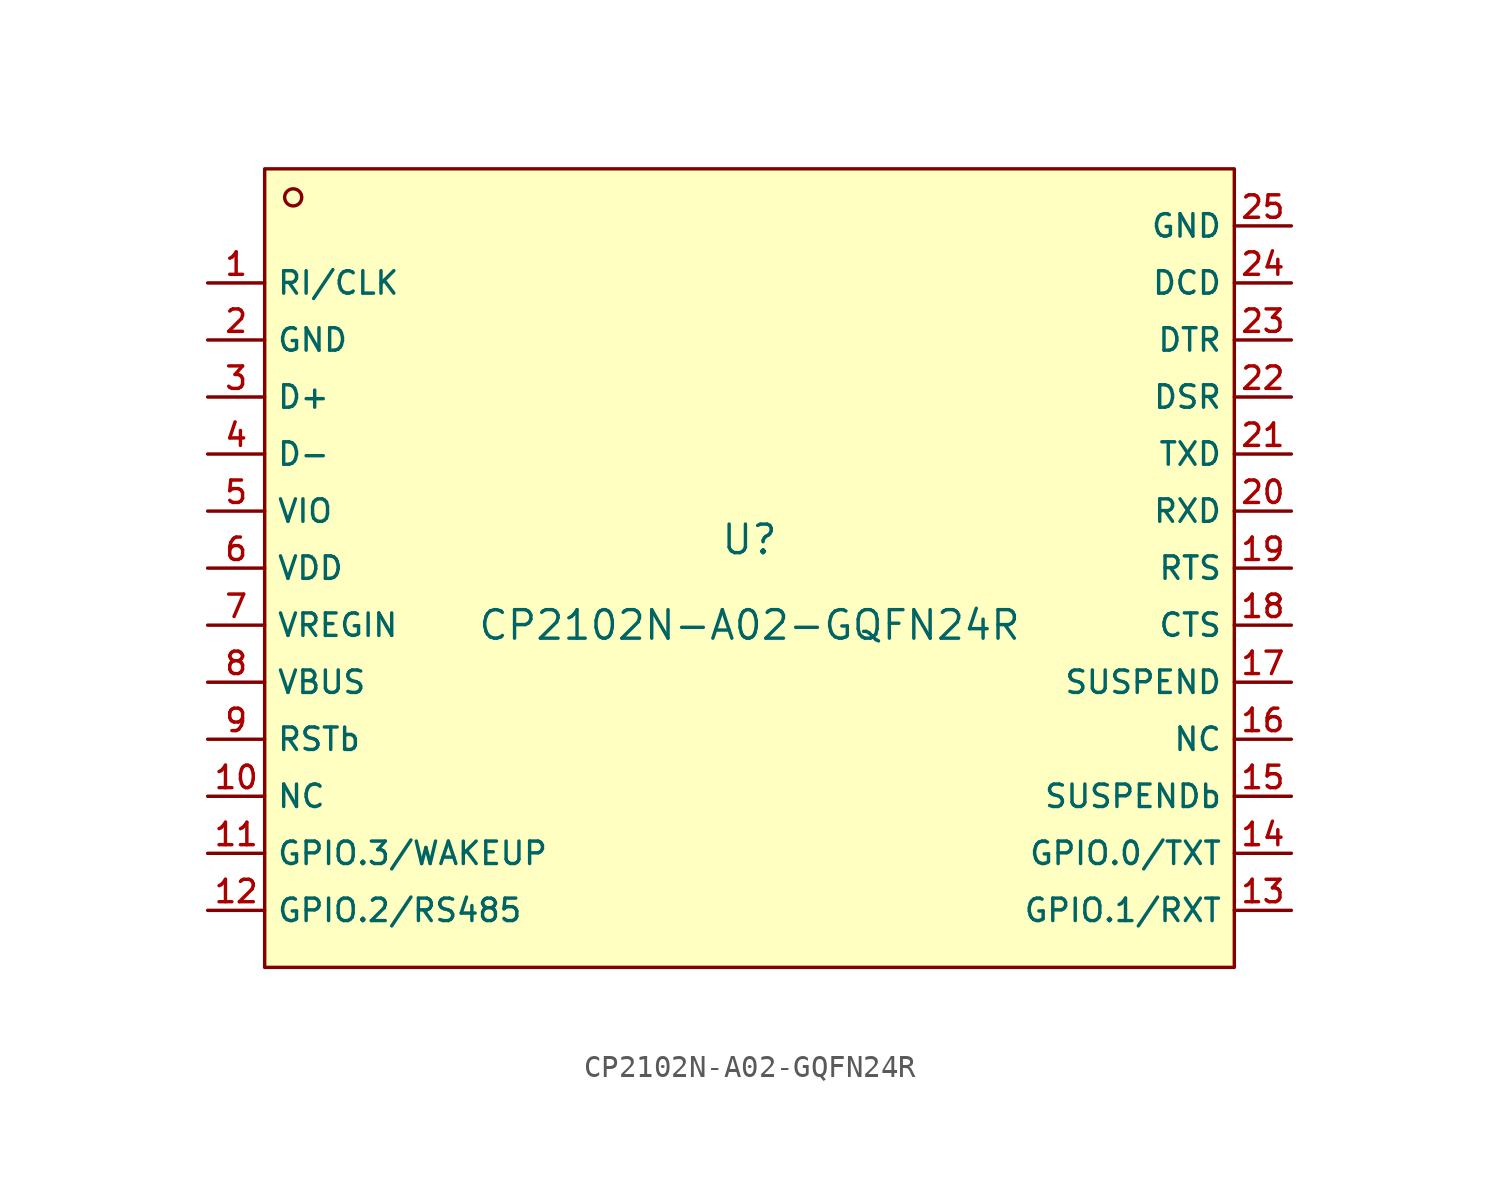
<source format=kicad_sym>
(kicad_symbol_lib
  (version 20231120)
  (generator "kicad_symbol_editor")
  (generator_version "8.0")
  (symbol "CP2102N-A02-GQFN24R"
    (property "Reference" "U"
      (at 0 1.27 0)
      (effects (font (size 1.27 1.27))))
    (property "Value" "CP2102N-A02-GQFN24R"
      (at 0 -2.54 0)
      (effects (font (size 1.27 1.27))))
    (symbol "CP2102N-A02-GQFN24R_0_1"
      (rectangle (start -21.59 17.78) (end 21.59 -17.78) (stroke (width 0) (type default)) (fill (type background)))
      (circle (center -20.32 16.51) (radius 0.381) (stroke (width 0) (type default)) (fill (type background)))
      (pin unspecified line (at -24.13 12.7 0) (length 2.54) (name "RI/CLK" (effects (font (size 1 1)))) (number "1" (effects (font (size 1 1)))))
      (pin unspecified line (at -24.13 -10.16 0) (length 2.54) (name "NC" (effects (font (size 1 1)))) (number "10" (effects (font (size 1 1)))))
      (pin unspecified line (at -24.13 -12.7 0) (length 2.54) (name "GPIO.3/WAKEUP" (effects (font (size 1 1)))) (number "11" (effects (font (size 1 1)))))
      (pin unspecified line (at -24.13 -15.24 0) (length 2.54) (name "GPIO.2/RS485" (effects (font (size 1 1)))) (number "12" (effects (font (size 1 1)))))
      (pin unspecified line (at 24.13 -15.24 180) (length 2.54) (name "GPIO.1/RXT" (effects (font (size 1 1)))) (number "13" (effects (font (size 1 1)))))
      (pin unspecified line (at 24.13 -12.7 180) (length 2.54) (name "GPIO.0/TXT" (effects (font (size 1 1)))) (number "14" (effects (font (size 1 1)))))
      (pin unspecified line (at 24.13 -10.16 180) (length 2.54) (name "SUSPENDb" (effects (font (size 1 1)))) (number "15" (effects (font (size 1 1)))))
      (pin unspecified line (at 24.13 -7.62 180) (length 2.54) (name "NC" (effects (font (size 1 1)))) (number "16" (effects (font (size 1 1)))))
      (pin unspecified line (at 24.13 -5.08 180) (length 2.54) (name "SUSPEND" (effects (font (size 1 1)))) (number "17" (effects (font (size 1 1)))))
      (pin unspecified line (at 24.13 -2.54 180) (length 2.54) (name "CTS" (effects (font (size 1 1)))) (number "18" (effects (font (size 1 1)))))
      (pin unspecified line (at 24.13 0 180) (length 2.54) (name "RTS" (effects (font (size 1 1)))) (number "19" (effects (font (size 1 1)))))
      (pin unspecified line (at -24.13 10.16 0) (length 2.54) (name "GND" (effects (font (size 1 1)))) (number "2" (effects (font (size 1 1)))))
      (pin unspecified line (at 24.13 2.54 180) (length 2.54) (name "RXD" (effects (font (size 1 1)))) (number "20" (effects (font (size 1 1)))))
      (pin unspecified line (at 24.13 5.08 180) (length 2.54) (name "TXD" (effects (font (size 1 1)))) (number "21" (effects (font (size 1 1)))))
      (pin unspecified line (at 24.13 7.62 180) (length 2.54) (name "DSR" (effects (font (size 1 1)))) (number "22" (effects (font (size 1 1)))))
      (pin unspecified line (at 24.13 10.16 180) (length 2.54) (name "DTR" (effects (font (size 1 1)))) (number "23" (effects (font (size 1 1)))))
      (pin unspecified line (at 24.13 12.7 180) (length 2.54) (name "DCD" (effects (font (size 1 1)))) (number "24" (effects (font (size 1 1)))))
      (pin unspecified line (at 24.13 15.24 180) (length 2.54) (name "GND" (effects (font (size 1 1)))) (number "25" (effects (font (size 1 1)))))
      (pin unspecified line (at -24.13 7.62 0) (length 2.54) (name "D+" (effects (font (size 1 1)))) (number "3" (effects (font (size 1 1)))))
      (pin unspecified line (at -24.13 5.08 0) (length 2.54) (name "D-" (effects (font (size 1 1)))) (number "4" (effects (font (size 1 1)))))
      (pin unspecified line (at -24.13 2.54 0) (length 2.54) (name "VIO" (effects (font (size 1 1)))) (number "5" (effects (font (size 1 1)))))
      (pin unspecified line (at -24.13 0 0) (length 2.54) (name "VDD" (effects (font (size 1 1)))) (number "6" (effects (font (size 1 1)))))
      (pin unspecified line (at -24.13 -2.54 0) (length 2.54) (name "VREGIN" (effects (font (size 1 1)))) (number "7" (effects (font (size 1 1)))))
      (pin unspecified line (at -24.13 -5.08 0) (length 2.54) (name "VBUS" (effects (font (size 1 1)))) (number "8" (effects (font (size 1 1)))))
      (pin unspecified line (at -24.13 -7.62 0) (length 2.54) (name "RSTb" (effects (font (size 1 1)))) (number "9" (effects (font (size 1 1))))))))
</source>
